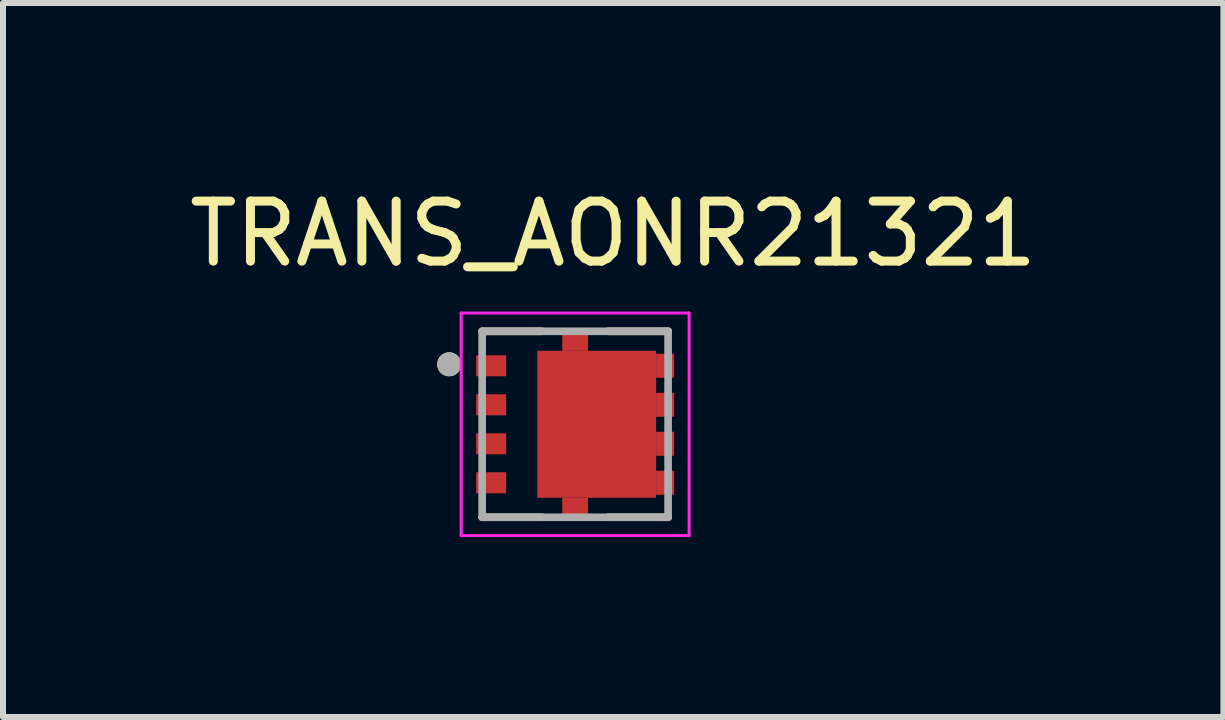
<source format=kicad_pcb>
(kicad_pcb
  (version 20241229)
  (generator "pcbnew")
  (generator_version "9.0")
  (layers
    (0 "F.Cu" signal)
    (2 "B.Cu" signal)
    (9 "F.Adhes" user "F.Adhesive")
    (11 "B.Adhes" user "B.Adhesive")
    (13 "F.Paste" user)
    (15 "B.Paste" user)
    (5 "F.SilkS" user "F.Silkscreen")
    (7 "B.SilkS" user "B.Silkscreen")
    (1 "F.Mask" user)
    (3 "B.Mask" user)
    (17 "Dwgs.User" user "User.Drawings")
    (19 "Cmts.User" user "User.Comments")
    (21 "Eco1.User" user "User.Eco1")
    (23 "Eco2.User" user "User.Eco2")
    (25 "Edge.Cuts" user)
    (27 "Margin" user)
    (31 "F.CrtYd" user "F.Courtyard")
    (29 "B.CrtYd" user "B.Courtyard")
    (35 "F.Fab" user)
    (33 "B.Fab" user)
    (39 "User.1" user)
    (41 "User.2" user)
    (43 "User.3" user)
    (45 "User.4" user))
  (footprint "TRANS_AONR21321"
    (layer "F.Cu")
    (at 6.538 4.023)
    (property "Reference" "TRANS_AONR21321" (at 0.635 -3.175 0) (layer "F.SilkS") (effects (font (size 1 1) (thickness 0.15))))
    (attr through_hole)
    (fp_line (start -0.55 -1.55) (end -1.55 -1.55) (stroke (width 0.127) (type solid)) (layer "F.SilkS"))
    (fp_line (start -0.55 1.55) (end -1.55 1.55) (stroke (width 0.127) (type solid)) (layer "F.SilkS"))
    (fp_line (start 0.55 -1.55) (end 1.55 -1.55) (stroke (width 0.127) (type solid)) (layer "F.SilkS"))
    (fp_line (start 0.55 1.55) (end 1.55 1.55) (stroke (width 0.127) (type solid)) (layer "F.SilkS"))
    (fp_circle (center -2.1 -1) (end -2 -1) (stroke (width 0.2) (type solid)) (fill no) (layer "F.SilkS"))
    (fp_poly (pts (xy -0.462 -0.664) (xy 1.182 -0.664) (xy 1.182 0.664) (xy -0.462 0.664)) (stroke (width 0.01) (type solid)) (fill yes) (layer "F.Paste"))
    (fp_line (start -1.9 -1.855) (end 1.9 -1.855) (stroke (width 0.05) (type solid)) (layer "F.CrtYd"))
    (fp_line (start -1.9 1.855) (end -1.9 -1.855) (stroke (width 0.05) (type solid)) (layer "F.CrtYd"))
    (fp_line (start 1.9 -1.855) (end 1.9 1.855) (stroke (width 0.05) (type solid)) (layer "F.CrtYd"))
    (fp_line (start 1.9 1.855) (end -1.9 1.855) (stroke (width 0.05) (type solid)) (layer "F.CrtYd"))
    (fp_line (start -1.55 -1.55) (end 1.55 -1.55) (stroke (width 0.127) (type solid)) (layer "F.Fab"))
    (fp_line (start -1.55 1.55) (end -1.55 -1.55) (stroke (width 0.127) (type solid)) (layer "F.Fab"))
    (fp_line (start 1.55 -1.55) (end 1.55 1.55) (stroke (width 0.127) (type solid)) (layer "F.Fab"))
    (fp_line (start 1.55 1.55) (end -1.55 1.55) (stroke (width 0.127) (type solid)) (layer "F.Fab"))
    (fp_circle (center -2.1 -1) (end -2 -1) (stroke (width 0.2) (type solid)) (fill no) (layer "F.Fab"))
    (pad "1" smd rect (at -1.4 -0.975) (size 0.5 0.35) (layers "F.Cu" "F.Mask" "F.Paste"))
    (pad "2" smd rect (at -1.4 -0.325) (size 0.5 0.35) (layers "F.Cu" "F.Mask" "F.Paste"))
    (pad "3" smd rect (at -1.4 0.325) (size 0.5 0.35) (layers "F.Cu" "F.Mask" "F.Paste"))
    (pad "4" smd rect (at -1.4 0.975) (size 0.5 0.35) (layers "F.Cu" "F.Mask" "F.Paste"))
    (pad "5" smd rect (at 1.5 0.975 270) (size 0.4 0.3) (layers "F.Cu" "F.Mask" "F.Paste"))
    (pad "6" smd rect (at 1.5 0.325 270) (size 0.4 0.3) (layers "F.Cu" "F.Mask" "F.Paste"))
    (pad "7" smd rect (at 1.5 -0.325 270) (size 0.4 0.3) (layers "F.Cu" "F.Mask" "F.Paste"))
    (pad "8" smd rect (at 1.5 -0.975 270) (size 0.4 0.3) (layers "F.Cu" "F.Mask" "F.Paste"))
    (pad "9" smd rect (at 0.36 0) (size 1.98 2.45) (layers "F.Cu" "F.Mask"))
    (pad "9_1" smd rect (at 0 -1.415 270) (size 0.38 0.43) (layers "F.Cu" "F.Mask" "F.Paste"))
    (pad "9_2" smd rect (at 0 1.415 270) (size 0.38 0.43) (layers "F.Cu" "F.Mask" "F.Paste")))
  (gr_rect
    (start -3 -3)
    (end 17.345 8.903)
    (stroke (width 0.1) (type default))
    (fill no)
    (layer "Edge.Cuts")))
</source>
